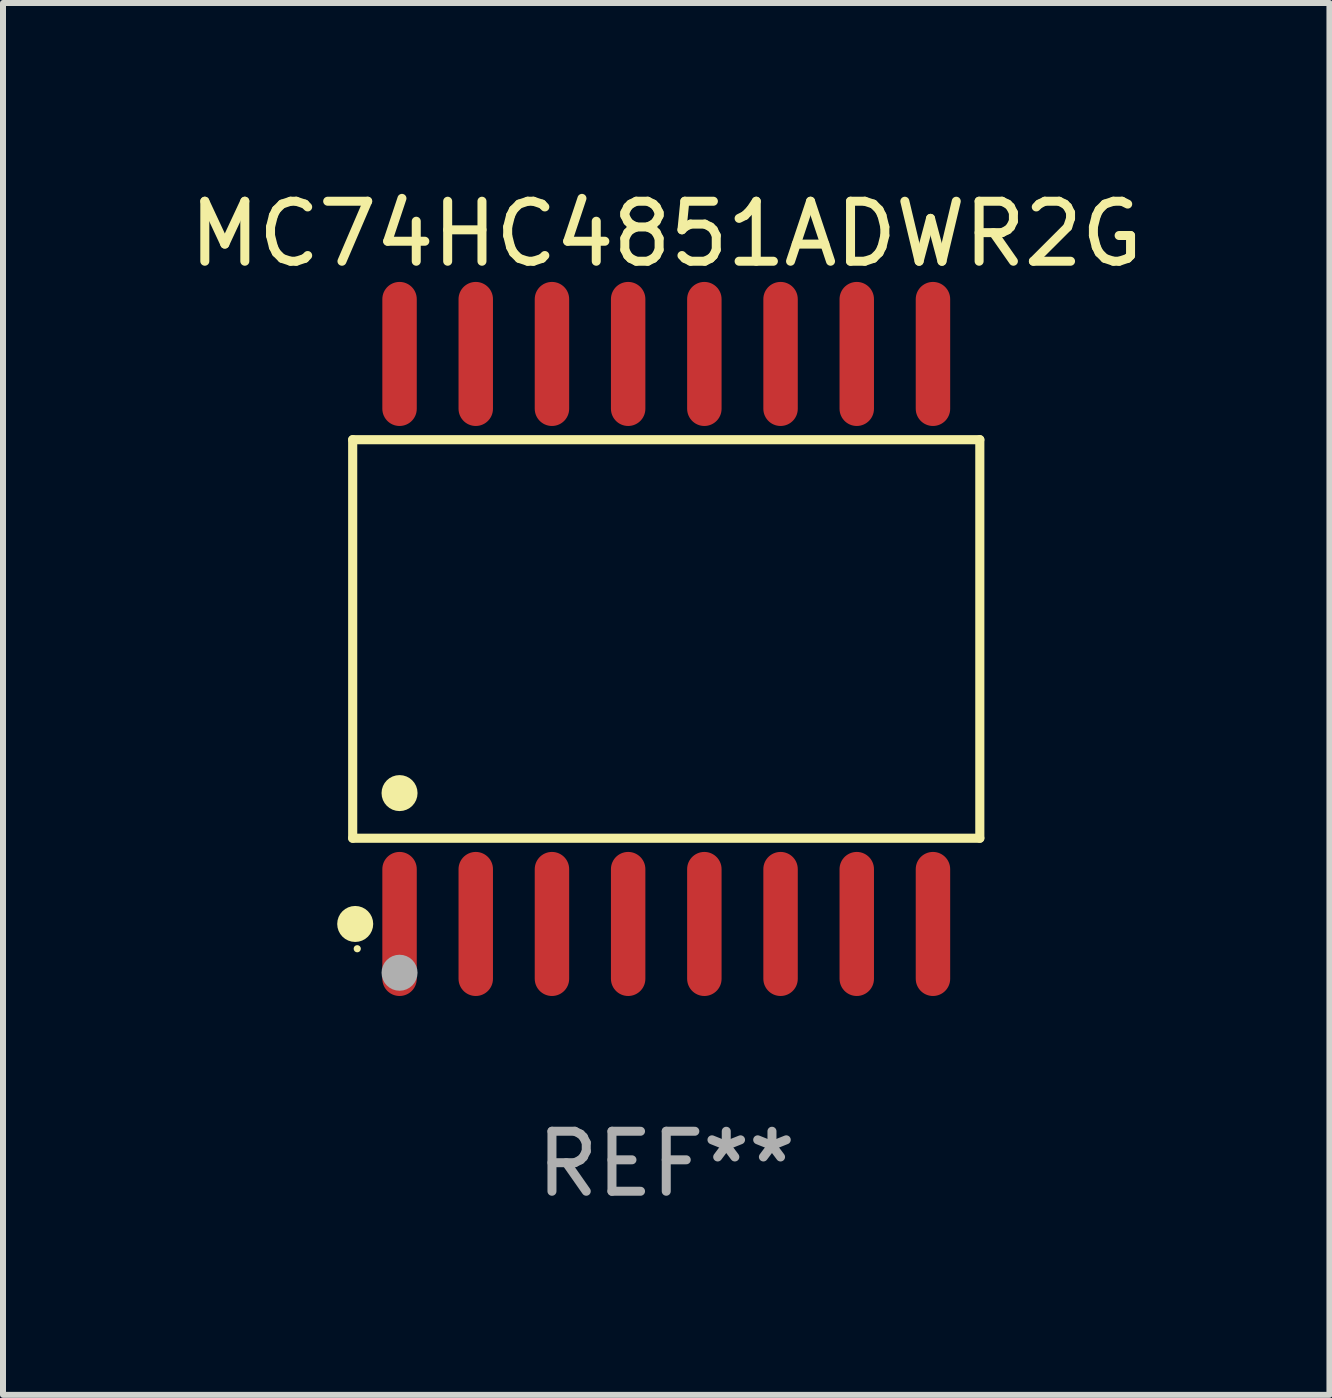
<source format=kicad_pcb>
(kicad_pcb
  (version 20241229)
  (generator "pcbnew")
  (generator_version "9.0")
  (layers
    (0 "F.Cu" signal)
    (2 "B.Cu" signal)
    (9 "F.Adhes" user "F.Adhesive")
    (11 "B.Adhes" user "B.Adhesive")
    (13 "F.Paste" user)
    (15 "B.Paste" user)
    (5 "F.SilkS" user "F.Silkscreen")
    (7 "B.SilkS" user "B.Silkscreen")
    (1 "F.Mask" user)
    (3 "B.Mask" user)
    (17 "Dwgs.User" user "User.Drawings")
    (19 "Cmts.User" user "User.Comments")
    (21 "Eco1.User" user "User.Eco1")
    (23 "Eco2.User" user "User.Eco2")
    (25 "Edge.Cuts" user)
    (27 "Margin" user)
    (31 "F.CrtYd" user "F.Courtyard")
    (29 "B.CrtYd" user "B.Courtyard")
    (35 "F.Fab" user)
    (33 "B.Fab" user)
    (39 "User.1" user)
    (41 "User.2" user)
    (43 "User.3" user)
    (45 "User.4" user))
  (footprint "MC74HC4851ADWR2G"
    (layer "F.Cu")
    (at 8.054 7.599)
    (property "Reference" "MC74HC4851ADWR2G" (at 0 -6.75 0) (layer "F.SilkS") (effects (font (size 1 1) (thickness 0.15))))
    (attr through_hole)
    (fp_line (start -5.226 -3.321) (end 5.226 -3.321) (stroke (width 0.152) (type solid)) (layer "F.SilkS"))
    (fp_line (start -5.226 3.321) (end -5.226 -3.321) (stroke (width 0.152) (type solid)) (layer "F.SilkS"))
    (fp_line (start 5.226 -3.321) (end 5.226 3.321) (stroke (width 0.152) (type solid)) (layer "F.SilkS"))
    (fp_line (start 5.226 3.321) (end -5.226 3.321) (stroke (width 0.152) (type solid)) (layer "F.SilkS"))
    (fp_circle (center -5.184 4.75) (end -5.034 4.75) (stroke (width 0.3) (type solid)) (fill no) (layer "F.SilkS"))
    (fp_circle (center -5.15 5.163) (end -5.12 5.163) (stroke (width 0.06) (type solid)) (fill no) (layer "F.SilkS"))
    (fp_circle (center -4.445 2.569) (end -4.295 2.569) (stroke (width 0.3) (type solid)) (fill no) (layer "F.SilkS"))
    (fp_circle (center -4.445 5.563) (end -4.295 5.563) (stroke (width 0.3) (type solid)) (fill no) (layer "F.Fab"))
    (fp_text user "REF**" (at 0 8.75 0) (layer "F.Fab") (effects (font (size 1 1) (thickness 0.15))))
    (pad "1" smd oval (at -4.445 4.75) (size 0.574 2.401) (layers "F.Cu" "F.Mask" "F.Paste"))
    (pad "2" smd oval (at -3.175 4.75) (size 0.574 2.401) (layers "F.Cu" "F.Mask" "F.Paste"))
    (pad "3" smd oval (at -1.905 4.75) (size 0.574 2.401) (layers "F.Cu" "F.Mask" "F.Paste"))
    (pad "4" smd oval (at -0.635 4.75) (size 0.574 2.401) (layers "F.Cu" "F.Mask" "F.Paste"))
    (pad "5" smd oval (at 0.635 4.75) (size 0.574 2.401) (layers "F.Cu" "F.Mask" "F.Paste"))
    (pad "6" smd oval (at 1.905 4.75) (size 0.574 2.401) (layers "F.Cu" "F.Mask" "F.Paste"))
    (pad "7" smd oval (at 3.175 4.75) (size 0.574 2.401) (layers "F.Cu" "F.Mask" "F.Paste"))
    (pad "8" smd oval (at 4.445 4.75) (size 0.574 2.401) (layers "F.Cu" "F.Mask" "F.Paste"))
    (pad "9" smd oval (at 4.445 -4.75) (size 0.574 2.401) (layers "F.Cu" "F.Mask" "F.Paste"))
    (pad "10" smd oval (at 3.175 -4.75) (size 0.574 2.401) (layers "F.Cu" "F.Mask" "F.Paste"))
    (pad "11" smd oval (at 1.905 -4.75) (size 0.574 2.401) (layers "F.Cu" "F.Mask" "F.Paste"))
    (pad "12" smd oval (at 0.635 -4.75) (size 0.574 2.401) (layers "F.Cu" "F.Mask" "F.Paste"))
    (pad "13" smd oval (at -0.635 -4.75) (size 0.574 2.401) (layers "F.Cu" "F.Mask" "F.Paste"))
    (pad "14" smd oval (at -1.905 -4.75) (size 0.574 2.401) (layers "F.Cu" "F.Mask" "F.Paste"))
    (pad "15" smd oval (at -3.175 -4.75) (size 0.574 2.401) (layers "F.Cu" "F.Mask" "F.Paste"))
    (pad "16" smd oval (at -4.445 -4.75) (size 0.574 2.401) (layers "F.Cu" "F.Mask" "F.Paste")))
  (gr_rect
    (start -3 -3)
    (end 19.107 20.197)
    (stroke (width 0.1) (type default))
    (fill no)
    (layer "Edge.Cuts")))
</source>
